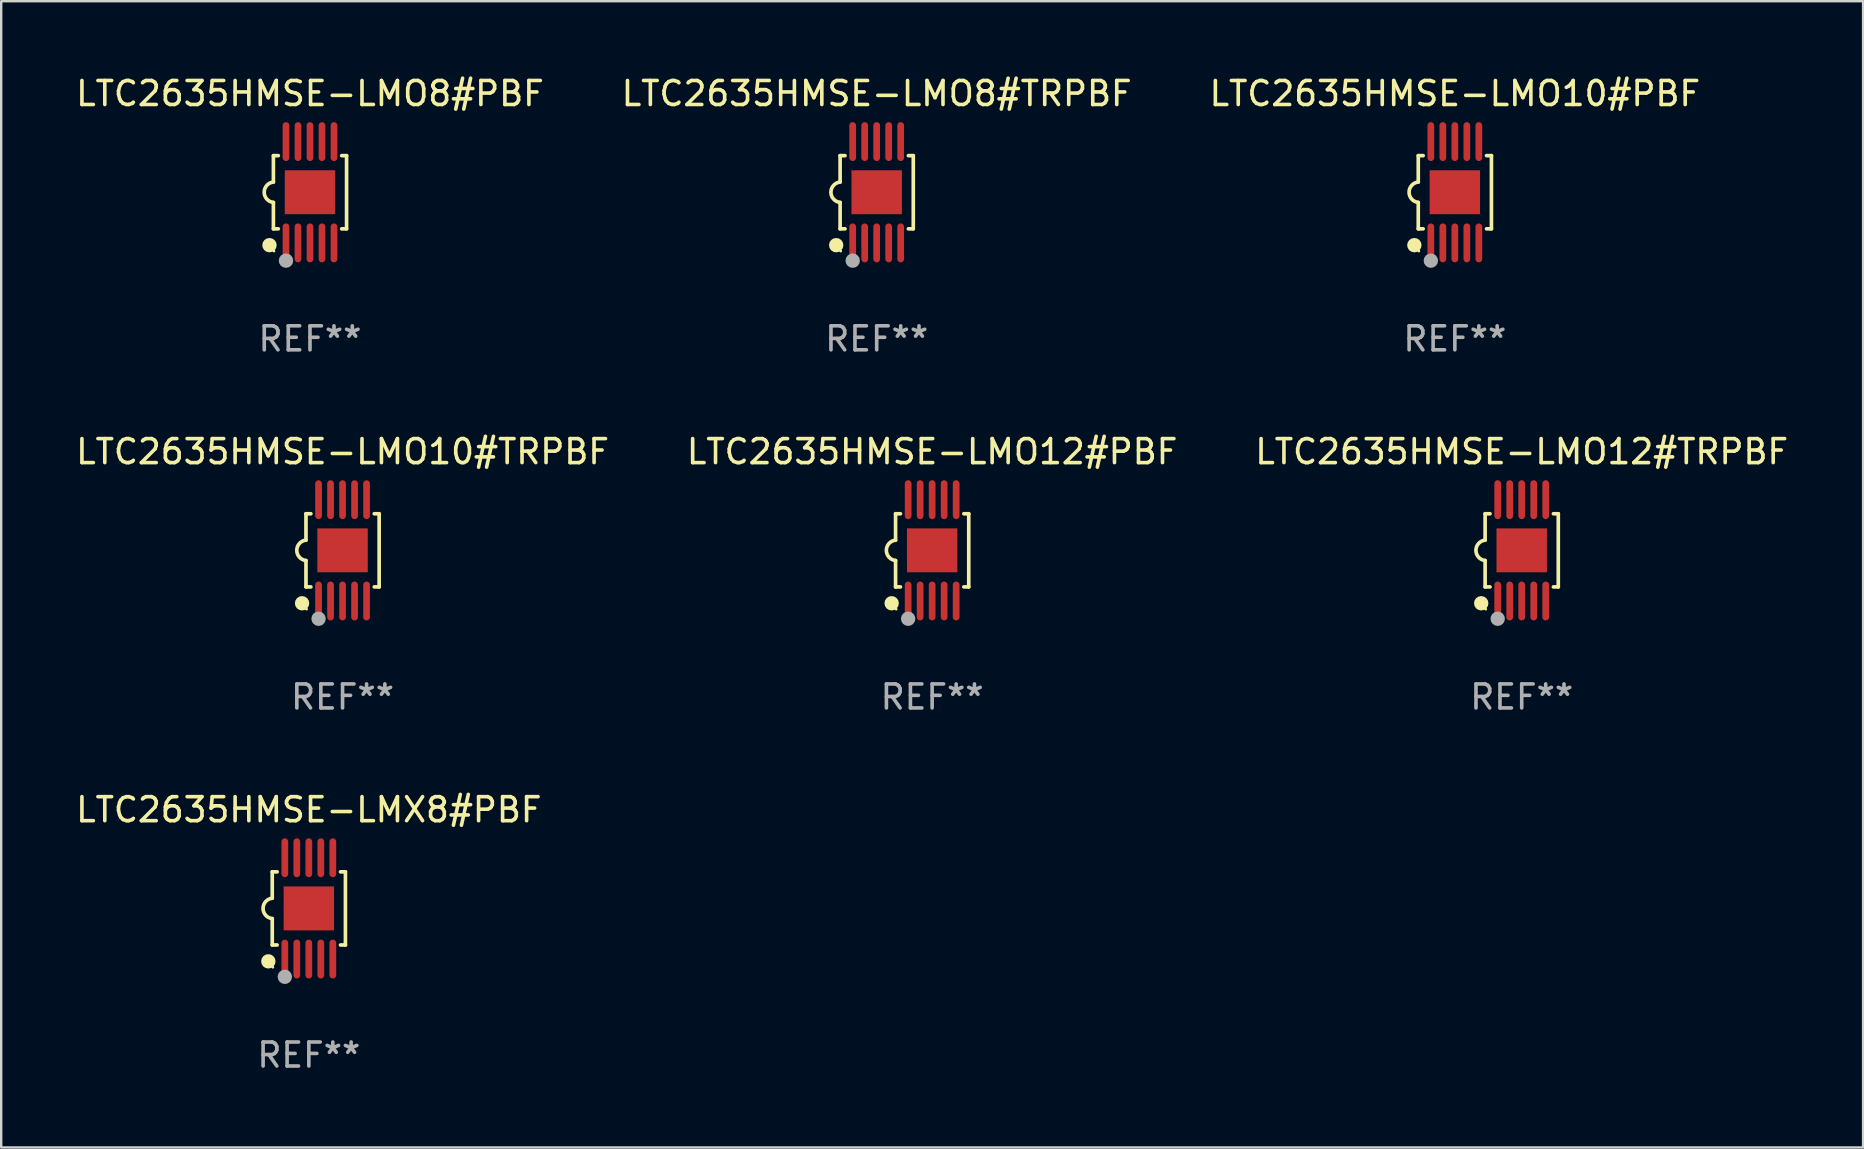
<source format=kicad_pcb>
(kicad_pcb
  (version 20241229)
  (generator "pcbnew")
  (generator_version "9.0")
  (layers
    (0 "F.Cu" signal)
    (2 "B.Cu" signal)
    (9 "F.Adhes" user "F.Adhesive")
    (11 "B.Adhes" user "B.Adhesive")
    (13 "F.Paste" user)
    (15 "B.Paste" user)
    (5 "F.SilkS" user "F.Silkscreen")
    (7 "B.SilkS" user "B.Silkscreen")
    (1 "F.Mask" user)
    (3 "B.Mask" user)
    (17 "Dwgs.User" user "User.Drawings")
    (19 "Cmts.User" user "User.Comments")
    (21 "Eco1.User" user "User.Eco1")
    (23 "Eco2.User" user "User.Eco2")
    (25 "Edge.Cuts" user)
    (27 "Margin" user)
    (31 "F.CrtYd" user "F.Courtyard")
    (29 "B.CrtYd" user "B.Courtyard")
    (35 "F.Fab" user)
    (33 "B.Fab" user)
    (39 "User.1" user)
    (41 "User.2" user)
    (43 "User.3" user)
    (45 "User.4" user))
  (footprint "LTC2635HMSE-LMO12#PBF"
    (layer "F.Cu")
    (at 35.78 19.875)
    (property "Reference" "LTC2635HMSE-LMO12#PBF" (at 0 -4.11 0) (layer "F.SilkS") (effects (font (size 1 1) (thickness 0.15))))
    (attr through_hole)
    (fp_line (start -1.524 -1.524) (end -1.524 -0.424) (stroke (width 0.152) (type solid)) (layer "F.SilkS"))
    (fp_line (start -1.524 1.524) (end -1.524 0.424) (stroke (width 0.152) (type solid)) (layer "F.SilkS"))
    (fp_line (start -1.524 1.524) (end -1.32 1.524) (stroke (width 0.152) (type solid)) (layer "F.SilkS"))
    (fp_line (start -1.32 -1.524) (end -1.524 -1.524) (stroke (width 0.152) (type solid)) (layer "F.SilkS"))
    (fp_line (start 1.32 1.524) (end 1.524 1.524) (stroke (width 0.152) (type solid)) (layer "F.SilkS"))
    (fp_line (start 1.524 -1.524) (end 1.32 -1.524) (stroke (width 0.152) (type solid)) (layer "F.SilkS"))
    (fp_line (start 1.524 1.524) (end 1.524 -1.524) (stroke (width 0.152) (type solid)) (layer "F.SilkS"))
    (fp_arc (start -1.524003 0.424003) (mid -1.906663 -0.000089) (end -1.524004 -0.424181) (stroke (width 0.151994) (type solid)) (layer "F.SilkS"))
    (fp_circle (center -1.687 2.205) (end -1.537 2.205) (stroke (width 0.3) (type solid)) (fill no) (layer "F.SilkS"))
    (fp_circle (center -1.5 2.45) (end -1.47 2.45) (stroke (width 0.06) (type solid)) (fill no) (layer "F.SilkS"))
    (fp_circle (center -1 2.85) (end -0.85 2.85) (stroke (width 0.3) (type solid)) (fill no) (layer "F.Fab"))
    (fp_text user "REF**" (at 0 6.11 0) (layer "F.Fab") (effects (font (size 1 1) (thickness 0.15))))
    (pad "1" smd oval (at -1 2.11) (size 0.28 1.62) (layers "F.Cu" "F.Mask" "F.Paste"))
    (pad "2" smd oval (at -0.5 2.11) (size 0.28 1.62) (layers "F.Cu" "F.Mask" "F.Paste"))
    (pad "3" smd oval (at 0 2.11) (size 0.28 1.62) (layers "F.Cu" "F.Mask" "F.Paste"))
    (pad "4" smd oval (at 0.5 2.11) (size 0.28 1.62) (layers "F.Cu" "F.Mask" "F.Paste"))
    (pad "5" smd oval (at 1 2.11) (size 0.28 1.62) (layers "F.Cu" "F.Mask" "F.Paste"))
    (pad "6" smd oval (at 1 -2.11) (size 0.28 1.62) (layers "F.Cu" "F.Mask" "F.Paste"))
    (pad "7" smd oval (at 0.5 -2.11) (size 0.28 1.62) (layers "F.Cu" "F.Mask" "F.Paste"))
    (pad "8" smd oval (at 0 -2.11) (size 0.28 1.62) (layers "F.Cu" "F.Mask" "F.Paste"))
    (pad "9" smd oval (at -0.5 -2.11) (size 0.28 1.62) (layers "F.Cu" "F.Mask" "F.Paste"))
    (pad "10" smd oval (at -1 -2.11) (size 0.28 1.62) (layers "F.Cu" "F.Mask" "F.Paste"))
    (pad "11" smd rect (at 0 0) (size 2.1 1.83) (layers "F.Cu" "F.Mask" "F.Paste")))
  (footprint "LTC2635HMSE-LMO8#TRPBF"
    (layer "F.Cu")
    (at 33.47 4.958)
    (property "Reference" "LTC2635HMSE-LMO8#TRPBF" (at 0 -4.11 0) (layer "F.SilkS") (effects (font (size 1 1) (thickness 0.15))))
    (attr through_hole)
    (fp_line (start -1.524 -1.524) (end -1.524 -0.424) (stroke (width 0.152) (type solid)) (layer "F.SilkS"))
    (fp_line (start -1.524 1.524) (end -1.524 0.424) (stroke (width 0.152) (type solid)) (layer "F.SilkS"))
    (fp_line (start -1.524 1.524) (end -1.32 1.524) (stroke (width 0.152) (type solid)) (layer "F.SilkS"))
    (fp_line (start -1.32 -1.524) (end -1.524 -1.524) (stroke (width 0.152) (type solid)) (layer "F.SilkS"))
    (fp_line (start 1.32 1.524) (end 1.524 1.524) (stroke (width 0.152) (type solid)) (layer "F.SilkS"))
    (fp_line (start 1.524 -1.524) (end 1.32 -1.524) (stroke (width 0.152) (type solid)) (layer "F.SilkS"))
    (fp_line (start 1.524 1.524) (end 1.524 -1.524) (stroke (width 0.152) (type solid)) (layer "F.SilkS"))
    (fp_arc (start -1.524003 0.424003) (mid -1.906663 -0.000089) (end -1.524004 -0.424181) (stroke (width 0.151994) (type solid)) (layer "F.SilkS"))
    (fp_circle (center -1.687 2.205) (end -1.537 2.205) (stroke (width 0.3) (type solid)) (fill no) (layer "F.SilkS"))
    (fp_circle (center -1.5 2.45) (end -1.47 2.45) (stroke (width 0.06) (type solid)) (fill no) (layer "F.SilkS"))
    (fp_circle (center -1 2.85) (end -0.85 2.85) (stroke (width 0.3) (type solid)) (fill no) (layer "F.Fab"))
    (fp_text user "REF**" (at 0 6.11 0) (layer "F.Fab") (effects (font (size 1 1) (thickness 0.15))))
    (pad "1" smd oval (at -1 2.11) (size 0.28 1.62) (layers "F.Cu" "F.Mask" "F.Paste"))
    (pad "2" smd oval (at -0.5 2.11) (size 0.28 1.62) (layers "F.Cu" "F.Mask" "F.Paste"))
    (pad "3" smd oval (at 0 2.11) (size 0.28 1.62) (layers "F.Cu" "F.Mask" "F.Paste"))
    (pad "4" smd oval (at 0.5 2.11) (size 0.28 1.62) (layers "F.Cu" "F.Mask" "F.Paste"))
    (pad "5" smd oval (at 1 2.11) (size 0.28 1.62) (layers "F.Cu" "F.Mask" "F.Paste"))
    (pad "6" smd oval (at 1 -2.11) (size 0.28 1.62) (layers "F.Cu" "F.Mask" "F.Paste"))
    (pad "7" smd oval (at 0.5 -2.11) (size 0.28 1.62) (layers "F.Cu" "F.Mask" "F.Paste"))
    (pad "8" smd oval (at 0 -2.11) (size 0.28 1.62) (layers "F.Cu" "F.Mask" "F.Paste"))
    (pad "9" smd oval (at -0.5 -2.11) (size 0.28 1.62) (layers "F.Cu" "F.Mask" "F.Paste"))
    (pad "10" smd oval (at -1 -2.11) (size 0.28 1.62) (layers "F.Cu" "F.Mask" "F.Paste"))
    (pad "11" smd rect (at 0 0) (size 2.1 1.83) (layers "F.Cu" "F.Mask" "F.Paste")))
  (footprint "LTC2635HMSE-LMO12#TRPBF"
    (layer "F.Cu")
    (at 60.339 19.875)
    (property "Reference" "LTC2635HMSE-LMO12#TRPBF" (at 0 -4.11 0) (layer "F.SilkS") (effects (font (size 1 1) (thickness 0.15))))
    (attr through_hole)
    (fp_line (start -1.524 -1.524) (end -1.524 -0.424) (stroke (width 0.152) (type solid)) (layer "F.SilkS"))
    (fp_line (start -1.524 1.524) (end -1.524 0.424) (stroke (width 0.152) (type solid)) (layer "F.SilkS"))
    (fp_line (start -1.524 1.524) (end -1.32 1.524) (stroke (width 0.152) (type solid)) (layer "F.SilkS"))
    (fp_line (start -1.32 -1.524) (end -1.524 -1.524) (stroke (width 0.152) (type solid)) (layer "F.SilkS"))
    (fp_line (start 1.32 1.524) (end 1.524 1.524) (stroke (width 0.152) (type solid)) (layer "F.SilkS"))
    (fp_line (start 1.524 -1.524) (end 1.32 -1.524) (stroke (width 0.152) (type solid)) (layer "F.SilkS"))
    (fp_line (start 1.524 1.524) (end 1.524 -1.524) (stroke (width 0.152) (type solid)) (layer "F.SilkS"))
    (fp_arc (start -1.524003 0.424003) (mid -1.906663 -0.000089) (end -1.524004 -0.424181) (stroke (width 0.151994) (type solid)) (layer "F.SilkS"))
    (fp_circle (center -1.687 2.205) (end -1.537 2.205) (stroke (width 0.3) (type solid)) (fill no) (layer "F.SilkS"))
    (fp_circle (center -1.5 2.45) (end -1.47 2.45) (stroke (width 0.06) (type solid)) (fill no) (layer "F.SilkS"))
    (fp_circle (center -1 2.85) (end -0.85 2.85) (stroke (width 0.3) (type solid)) (fill no) (layer "F.Fab"))
    (fp_text user "REF**" (at 0 6.11 0) (layer "F.Fab") (effects (font (size 1 1) (thickness 0.15))))
    (pad "1" smd oval (at -1 2.11) (size 0.28 1.62) (layers "F.Cu" "F.Mask" "F.Paste"))
    (pad "2" smd oval (at -0.5 2.11) (size 0.28 1.62) (layers "F.Cu" "F.Mask" "F.Paste"))
    (pad "3" smd oval (at 0 2.11) (size 0.28 1.62) (layers "F.Cu" "F.Mask" "F.Paste"))
    (pad "4" smd oval (at 0.5 2.11) (size 0.28 1.62) (layers "F.Cu" "F.Mask" "F.Paste"))
    (pad "5" smd oval (at 1 2.11) (size 0.28 1.62) (layers "F.Cu" "F.Mask" "F.Paste"))
    (pad "6" smd oval (at 1 -2.11) (size 0.28 1.62) (layers "F.Cu" "F.Mask" "F.Paste"))
    (pad "7" smd oval (at 0.5 -2.11) (size 0.28 1.62) (layers "F.Cu" "F.Mask" "F.Paste"))
    (pad "8" smd oval (at 0 -2.11) (size 0.28 1.62) (layers "F.Cu" "F.Mask" "F.Paste"))
    (pad "9" smd oval (at -0.5 -2.11) (size 0.28 1.62) (layers "F.Cu" "F.Mask" "F.Paste"))
    (pad "10" smd oval (at -1 -2.11) (size 0.28 1.62) (layers "F.Cu" "F.Mask" "F.Paste"))
    (pad "11" smd rect (at 0 0) (size 2.1 1.83) (layers "F.Cu" "F.Mask" "F.Paste")))
  (footprint "LTC2635HMSE-LMX8#PBF"
    (layer "F.Cu")
    (at 9.815 34.791)
    (property "Reference" "LTC2635HMSE-LMX8#PBF" (at 0 -4.11 0) (layer "F.SilkS") (effects (font (size 1 1) (thickness 0.15))))
    (attr through_hole)
    (fp_line (start -1.524 -1.524) (end -1.524 -0.424) (stroke (width 0.152) (type solid)) (layer "F.SilkS"))
    (fp_line (start -1.524 1.524) (end -1.524 0.424) (stroke (width 0.152) (type solid)) (layer "F.SilkS"))
    (fp_line (start -1.524 1.524) (end -1.32 1.524) (stroke (width 0.152) (type solid)) (layer "F.SilkS"))
    (fp_line (start -1.32 -1.524) (end -1.524 -1.524) (stroke (width 0.152) (type solid)) (layer "F.SilkS"))
    (fp_line (start 1.32 1.524) (end 1.524 1.524) (stroke (width 0.152) (type solid)) (layer "F.SilkS"))
    (fp_line (start 1.524 -1.524) (end 1.32 -1.524) (stroke (width 0.152) (type solid)) (layer "F.SilkS"))
    (fp_line (start 1.524 1.524) (end 1.524 -1.524) (stroke (width 0.152) (type solid)) (layer "F.SilkS"))
    (fp_arc (start -1.524003 0.424003) (mid -1.906663 -0.000089) (end -1.524004 -0.424181) (stroke (width 0.151994) (type solid)) (layer "F.SilkS"))
    (fp_circle (center -1.687 2.205) (end -1.537 2.205) (stroke (width 0.3) (type solid)) (fill no) (layer "F.SilkS"))
    (fp_circle (center -1.5 2.45) (end -1.47 2.45) (stroke (width 0.06) (type solid)) (fill no) (layer "F.SilkS"))
    (fp_circle (center -1 2.85) (end -0.85 2.85) (stroke (width 0.3) (type solid)) (fill no) (layer "F.Fab"))
    (fp_text user "REF**" (at 0 6.11 0) (layer "F.Fab") (effects (font (size 1 1) (thickness 0.15))))
    (pad "1" smd oval (at -1 2.11) (size 0.28 1.62) (layers "F.Cu" "F.Mask" "F.Paste"))
    (pad "2" smd oval (at -0.5 2.11) (size 0.28 1.62) (layers "F.Cu" "F.Mask" "F.Paste"))
    (pad "3" smd oval (at 0 2.11) (size 0.28 1.62) (layers "F.Cu" "F.Mask" "F.Paste"))
    (pad "4" smd oval (at 0.5 2.11) (size 0.28 1.62) (layers "F.Cu" "F.Mask" "F.Paste"))
    (pad "5" smd oval (at 1 2.11) (size 0.28 1.62) (layers "F.Cu" "F.Mask" "F.Paste"))
    (pad "6" smd oval (at 1 -2.11) (size 0.28 1.62) (layers "F.Cu" "F.Mask" "F.Paste"))
    (pad "7" smd oval (at 0.5 -2.11) (size 0.28 1.62) (layers "F.Cu" "F.Mask" "F.Paste"))
    (pad "8" smd oval (at 0 -2.11) (size 0.28 1.62) (layers "F.Cu" "F.Mask" "F.Paste"))
    (pad "9" smd oval (at -0.5 -2.11) (size 0.28 1.62) (layers "F.Cu" "F.Mask" "F.Paste"))
    (pad "10" smd oval (at -1 -2.11) (size 0.28 1.62) (layers "F.Cu" "F.Mask" "F.Paste"))
    (pad "11" smd rect (at 0 0) (size 2.1 1.83) (layers "F.Cu" "F.Mask" "F.Paste")))
  (footprint "LTC2635HMSE-LMO10#PBF"
    (layer "F.Cu")
    (at 57.554 4.958)
    (property "Reference" "LTC2635HMSE-LMO10#PBF" (at 0 -4.11 0) (layer "F.SilkS") (effects (font (size 1 1) (thickness 0.15))))
    (attr through_hole)
    (fp_line (start -1.524 -1.524) (end -1.524 -0.424) (stroke (width 0.152) (type solid)) (layer "F.SilkS"))
    (fp_line (start -1.524 1.524) (end -1.524 0.424) (stroke (width 0.152) (type solid)) (layer "F.SilkS"))
    (fp_line (start -1.524 1.524) (end -1.32 1.524) (stroke (width 0.152) (type solid)) (layer "F.SilkS"))
    (fp_line (start -1.32 -1.524) (end -1.524 -1.524) (stroke (width 0.152) (type solid)) (layer "F.SilkS"))
    (fp_line (start 1.32 1.524) (end 1.524 1.524) (stroke (width 0.152) (type solid)) (layer "F.SilkS"))
    (fp_line (start 1.524 -1.524) (end 1.32 -1.524) (stroke (width 0.152) (type solid)) (layer "F.SilkS"))
    (fp_line (start 1.524 1.524) (end 1.524 -1.524) (stroke (width 0.152) (type solid)) (layer "F.SilkS"))
    (fp_arc (start -1.524003 0.424003) (mid -1.906663 -0.000089) (end -1.524004 -0.424181) (stroke (width 0.151994) (type solid)) (layer "F.SilkS"))
    (fp_circle (center -1.687 2.205) (end -1.537 2.205) (stroke (width 0.3) (type solid)) (fill no) (layer "F.SilkS"))
    (fp_circle (center -1.5 2.45) (end -1.47 2.45) (stroke (width 0.06) (type solid)) (fill no) (layer "F.SilkS"))
    (fp_circle (center -1 2.85) (end -0.85 2.85) (stroke (width 0.3) (type solid)) (fill no) (layer "F.Fab"))
    (fp_text user "REF**" (at 0 6.11 0) (layer "F.Fab") (effects (font (size 1 1) (thickness 0.15))))
    (pad "1" smd oval (at -1 2.11) (size 0.28 1.62) (layers "F.Cu" "F.Mask" "F.Paste"))
    (pad "2" smd oval (at -0.5 2.11) (size 0.28 1.62) (layers "F.Cu" "F.Mask" "F.Paste"))
    (pad "3" smd oval (at 0 2.11) (size 0.28 1.62) (layers "F.Cu" "F.Mask" "F.Paste"))
    (pad "4" smd oval (at 0.5 2.11) (size 0.28 1.62) (layers "F.Cu" "F.Mask" "F.Paste"))
    (pad "5" smd oval (at 1 2.11) (size 0.28 1.62) (layers "F.Cu" "F.Mask" "F.Paste"))
    (pad "6" smd oval (at 1 -2.11) (size 0.28 1.62) (layers "F.Cu" "F.Mask" "F.Paste"))
    (pad "7" smd oval (at 0.5 -2.11) (size 0.28 1.62) (layers "F.Cu" "F.Mask" "F.Paste"))
    (pad "8" smd oval (at 0 -2.11) (size 0.28 1.62) (layers "F.Cu" "F.Mask" "F.Paste"))
    (pad "9" smd oval (at -0.5 -2.11) (size 0.28 1.62) (layers "F.Cu" "F.Mask" "F.Paste"))
    (pad "10" smd oval (at -1 -2.11) (size 0.28 1.62) (layers "F.Cu" "F.Mask" "F.Paste"))
    (pad "11" smd rect (at 0 0) (size 2.1 1.83) (layers "F.Cu" "F.Mask" "F.Paste")))
  (footprint "LTC2635HMSE-LMO8#PBF"
    (layer "F.Cu")
    (at 9.863 4.958)
    (property "Reference" "LTC2635HMSE-LMO8#PBF" (at 0 -4.11 0) (layer "F.SilkS") (effects (font (size 1 1) (thickness 0.15))))
    (attr through_hole)
    (fp_line (start -1.524 -1.524) (end -1.524 -0.424) (stroke (width 0.152) (type solid)) (layer "F.SilkS"))
    (fp_line (start -1.524 1.524) (end -1.524 0.424) (stroke (width 0.152) (type solid)) (layer "F.SilkS"))
    (fp_line (start -1.524 1.524) (end -1.32 1.524) (stroke (width 0.152) (type solid)) (layer "F.SilkS"))
    (fp_line (start -1.32 -1.524) (end -1.524 -1.524) (stroke (width 0.152) (type solid)) (layer "F.SilkS"))
    (fp_line (start 1.32 1.524) (end 1.524 1.524) (stroke (width 0.152) (type solid)) (layer "F.SilkS"))
    (fp_line (start 1.524 -1.524) (end 1.32 -1.524) (stroke (width 0.152) (type solid)) (layer "F.SilkS"))
    (fp_line (start 1.524 1.524) (end 1.524 -1.524) (stroke (width 0.152) (type solid)) (layer "F.SilkS"))
    (fp_arc (start -1.524003 0.424003) (mid -1.906663 -0.000089) (end -1.524004 -0.424181) (stroke (width 0.151994) (type solid)) (layer "F.SilkS"))
    (fp_circle (center -1.687 2.205) (end -1.537 2.205) (stroke (width 0.3) (type solid)) (fill no) (layer "F.SilkS"))
    (fp_circle (center -1.5 2.45) (end -1.47 2.45) (stroke (width 0.06) (type solid)) (fill no) (layer "F.SilkS"))
    (fp_circle (center -1 2.85) (end -0.85 2.85) (stroke (width 0.3) (type solid)) (fill no) (layer "F.Fab"))
    (fp_text user "REF**" (at 0 6.11 0) (layer "F.Fab") (effects (font (size 1 1) (thickness 0.15))))
    (pad "1" smd oval (at -1 2.11) (size 0.28 1.62) (layers "F.Cu" "F.Mask" "F.Paste"))
    (pad "2" smd oval (at -0.5 2.11) (size 0.28 1.62) (layers "F.Cu" "F.Mask" "F.Paste"))
    (pad "3" smd oval (at 0 2.11) (size 0.28 1.62) (layers "F.Cu" "F.Mask" "F.Paste"))
    (pad "4" smd oval (at 0.5 2.11) (size 0.28 1.62) (layers "F.Cu" "F.Mask" "F.Paste"))
    (pad "5" smd oval (at 1 2.11) (size 0.28 1.62) (layers "F.Cu" "F.Mask" "F.Paste"))
    (pad "6" smd oval (at 1 -2.11) (size 0.28 1.62) (layers "F.Cu" "F.Mask" "F.Paste"))
    (pad "7" smd oval (at 0.5 -2.11) (size 0.28 1.62) (layers "F.Cu" "F.Mask" "F.Paste"))
    (pad "8" smd oval (at 0 -2.11) (size 0.28 1.62) (layers "F.Cu" "F.Mask" "F.Paste"))
    (pad "9" smd oval (at -0.5 -2.11) (size 0.28 1.62) (layers "F.Cu" "F.Mask" "F.Paste"))
    (pad "10" smd oval (at -1 -2.11) (size 0.28 1.62) (layers "F.Cu" "F.Mask" "F.Paste"))
    (pad "11" smd rect (at 0 0) (size 2.1 1.83) (layers "F.Cu" "F.Mask" "F.Paste")))
  (footprint "LTC2635HMSE-LMO10#TRPBF"
    (layer "F.Cu")
    (at 11.22 19.875)
    (property "Reference" "LTC2635HMSE-LMO10#TRPBF" (at 0 -4.11 0) (layer "F.SilkS") (effects (font (size 1 1) (thickness 0.15))))
    (attr through_hole)
    (fp_line (start -1.524 -1.524) (end -1.524 -0.424) (stroke (width 0.152) (type solid)) (layer "F.SilkS"))
    (fp_line (start -1.524 1.524) (end -1.524 0.424) (stroke (width 0.152) (type solid)) (layer "F.SilkS"))
    (fp_line (start -1.524 1.524) (end -1.32 1.524) (stroke (width 0.152) (type solid)) (layer "F.SilkS"))
    (fp_line (start -1.32 -1.524) (end -1.524 -1.524) (stroke (width 0.152) (type solid)) (layer "F.SilkS"))
    (fp_line (start 1.32 1.524) (end 1.524 1.524) (stroke (width 0.152) (type solid)) (layer "F.SilkS"))
    (fp_line (start 1.524 -1.524) (end 1.32 -1.524) (stroke (width 0.152) (type solid)) (layer "F.SilkS"))
    (fp_line (start 1.524 1.524) (end 1.524 -1.524) (stroke (width 0.152) (type solid)) (layer "F.SilkS"))
    (fp_arc (start -1.524003 0.424003) (mid -1.906663 -0.000089) (end -1.524004 -0.424181) (stroke (width 0.151994) (type solid)) (layer "F.SilkS"))
    (fp_circle (center -1.687 2.205) (end -1.537 2.205) (stroke (width 0.3) (type solid)) (fill no) (layer "F.SilkS"))
    (fp_circle (center -1.5 2.45) (end -1.47 2.45) (stroke (width 0.06) (type solid)) (fill no) (layer "F.SilkS"))
    (fp_circle (center -1 2.85) (end -0.85 2.85) (stroke (width 0.3) (type solid)) (fill no) (layer "F.Fab"))
    (fp_text user "REF**" (at 0 6.11 0) (layer "F.Fab") (effects (font (size 1 1) (thickness 0.15))))
    (pad "1" smd oval (at -1 2.11) (size 0.28 1.62) (layers "F.Cu" "F.Mask" "F.Paste"))
    (pad "2" smd oval (at -0.5 2.11) (size 0.28 1.62) (layers "F.Cu" "F.Mask" "F.Paste"))
    (pad "3" smd oval (at 0 2.11) (size 0.28 1.62) (layers "F.Cu" "F.Mask" "F.Paste"))
    (pad "4" smd oval (at 0.5 2.11) (size 0.28 1.62) (layers "F.Cu" "F.Mask" "F.Paste"))
    (pad "5" smd oval (at 1 2.11) (size 0.28 1.62) (layers "F.Cu" "F.Mask" "F.Paste"))
    (pad "6" smd oval (at 1 -2.11) (size 0.28 1.62) (layers "F.Cu" "F.Mask" "F.Paste"))
    (pad "7" smd oval (at 0.5 -2.11) (size 0.28 1.62) (layers "F.Cu" "F.Mask" "F.Paste"))
    (pad "8" smd oval (at 0 -2.11) (size 0.28 1.62) (layers "F.Cu" "F.Mask" "F.Paste"))
    (pad "9" smd oval (at -0.5 -2.11) (size 0.28 1.62) (layers "F.Cu" "F.Mask" "F.Paste"))
    (pad "10" smd oval (at -1 -2.11) (size 0.28 1.62) (layers "F.Cu" "F.Mask" "F.Paste"))
    (pad "11" smd rect (at 0 0) (size 2.1 1.83) (layers "F.Cu" "F.Mask" "F.Paste")))
  (gr_rect
    (start -3 -3)
    (end 74.56 44.749)
    (stroke (width 0.1) (type default))
    (fill no)
    (layer "Edge.Cuts")))
</source>
